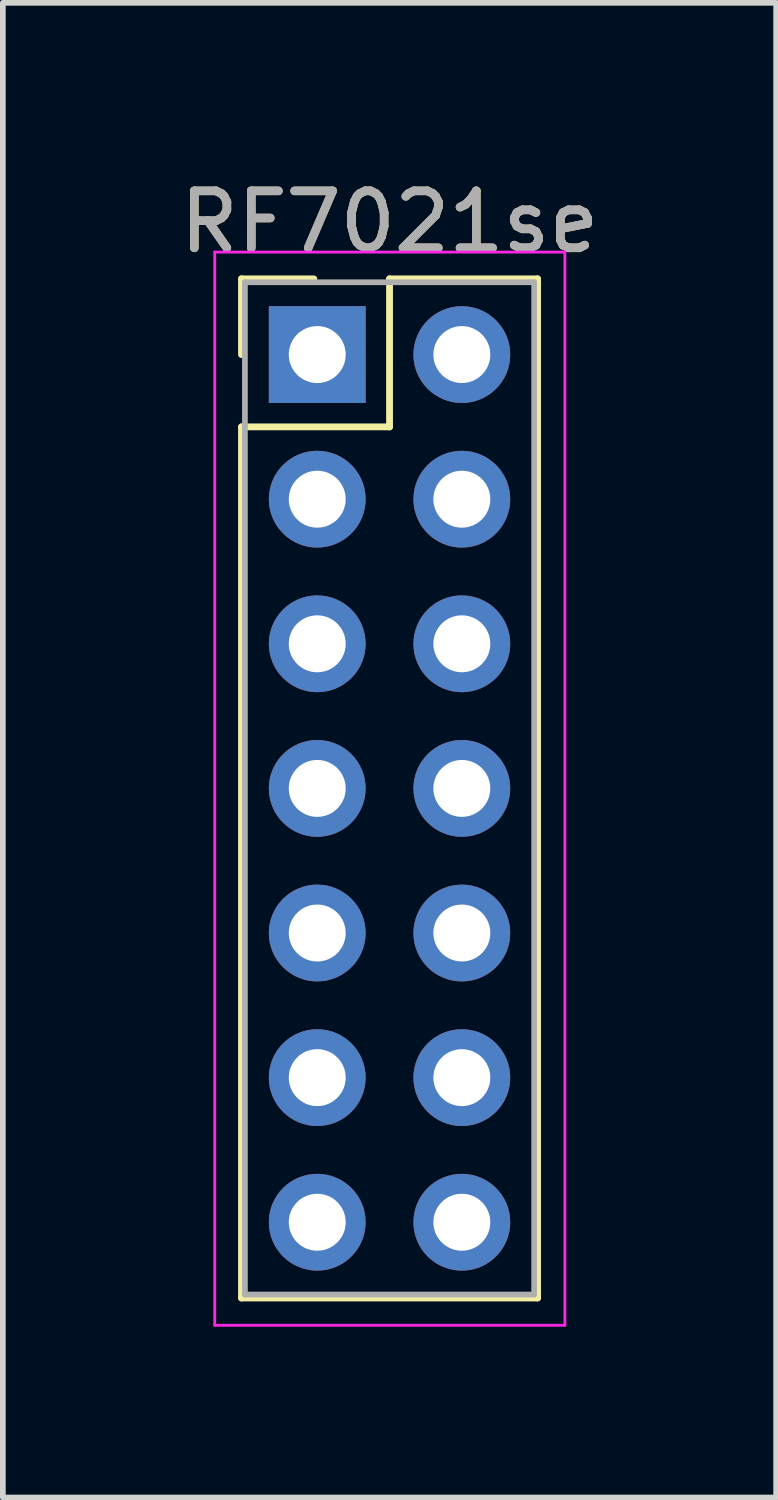
<source format=kicad_pcb>
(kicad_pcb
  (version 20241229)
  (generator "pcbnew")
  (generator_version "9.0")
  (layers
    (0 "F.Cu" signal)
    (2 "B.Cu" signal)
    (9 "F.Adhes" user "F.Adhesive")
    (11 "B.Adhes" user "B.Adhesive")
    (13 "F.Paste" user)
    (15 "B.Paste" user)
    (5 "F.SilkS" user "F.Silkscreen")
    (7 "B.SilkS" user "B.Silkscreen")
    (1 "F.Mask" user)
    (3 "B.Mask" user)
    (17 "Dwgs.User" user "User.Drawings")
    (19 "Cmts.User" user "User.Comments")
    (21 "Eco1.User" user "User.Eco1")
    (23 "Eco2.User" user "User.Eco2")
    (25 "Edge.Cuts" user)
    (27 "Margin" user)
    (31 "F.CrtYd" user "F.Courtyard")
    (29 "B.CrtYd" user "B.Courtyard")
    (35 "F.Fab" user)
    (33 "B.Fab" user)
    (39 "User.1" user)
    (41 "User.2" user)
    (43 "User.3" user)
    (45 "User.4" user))
  (footprint "RF7021se"
    (layer "F.Cu")
    (at 5.062 3.178)
    (property "Reference" "RF7021se" (at -1.27 -2.33 0) (layer "F.SilkS") (effects (font (size 1 1) (thickness 0.15))))
    (attr through_hole)
    (fp_line (start -3.87 -1.33) (end -2.6 -1.33) (stroke (width 0.12) (type solid)) (layer "F.SilkS"))
    (fp_line (start -3.87 0) (end -3.87 -1.33) (stroke (width 0.12) (type solid)) (layer "F.SilkS"))
    (fp_line (start -3.87 1.27) (end -3.87 16.57) (stroke (width 0.12) (type solid)) (layer "F.SilkS"))
    (fp_line (start -3.87 16.57) (end 1.33 16.57) (stroke (width 0.12) (type solid)) (layer "F.SilkS"))
    (fp_line (start -1.27 -1.33) (end -1.27 1.27) (stroke (width 0.12) (type solid)) (layer "F.SilkS"))
    (fp_line (start -1.27 1.27) (end -3.87 1.27) (stroke (width 0.12) (type solid)) (layer "F.SilkS"))
    (fp_line (start 1.33 -1.33) (end -1.27 -1.33) (stroke (width 0.12) (type solid)) (layer "F.SilkS"))
    (fp_line (start 1.33 16.57) (end 1.33 -1.33) (stroke (width 0.12) (type solid)) (layer "F.SilkS"))
    (fp_line (start -4.34 -1.8) (end 1.81 -1.8) (stroke (width 0.05) (type solid)) (layer "F.CrtYd"))
    (fp_line (start -4.34 17.05) (end -4.34 -1.8) (stroke (width 0.05) (type solid)) (layer "F.CrtYd"))
    (fp_line (start 1.81 -1.8) (end 1.81 17.05) (stroke (width 0.05) (type solid)) (layer "F.CrtYd"))
    (fp_line (start 1.81 17.05) (end -4.34 17.05) (stroke (width 0.05) (type solid)) (layer "F.CrtYd"))
    (fp_line (start -3.81 -1.27) (end 1.27 -1.27) (stroke (width 0.1) (type solid)) (layer "F.Fab"))
    (fp_line (start -3.81 16.51) (end -3.81 -1.27) (stroke (width 0.1) (type solid)) (layer "F.Fab"))
    (fp_line (start 1.27 -1.27) (end 1.27 16.51) (stroke (width 0.1) (type solid)) (layer "F.Fab"))
    (fp_line (start 1.27 16.51) (end -3.81 16.51) (stroke (width 0.1) (type solid)) (layer "F.Fab"))
    (fp_text user "${REFERENCE}" (at -1.27 -2.33 0) (layer "F.Fab") (effects (font (size 1 1) (thickness 0.15))))
    (pad "1" thru_hole rect (at -2.54 0 180) (size 1.7 1.7) (drill 1) (layers "*.Cu" "*.Mask"))
    (pad "2" thru_hole oval (at 0 0 180) (size 1.7 1.7) (drill 1) (layers "*.Cu" "*.Mask"))
    (pad "3" thru_hole oval (at -2.54 2.54 180) (size 1.7 1.7) (drill 1) (layers "*.Cu" "*.Mask"))
    (pad "4" thru_hole oval (at 0 2.54 180) (size 1.7 1.7) (drill 1) (layers "*.Cu" "*.Mask"))
    (pad "5" thru_hole oval (at -2.54 5.08 180) (size 1.7 1.7) (drill 1) (layers "*.Cu" "*.Mask"))
    (pad "6" thru_hole oval (at 0 5.08 180) (size 1.7 1.7) (drill 1) (layers "*.Cu" "*.Mask"))
    (pad "7" thru_hole oval (at -2.54 7.62 180) (size 1.7 1.7) (drill 1) (layers "*.Cu" "*.Mask"))
    (pad "8" thru_hole oval (at 0 7.62 180) (size 1.7 1.7) (drill 1) (layers "*.Cu" "*.Mask"))
    (pad "9" thru_hole oval (at -2.54 10.16 180) (size 1.7 1.7) (drill 1) (layers "*.Cu" "*.Mask"))
    (pad "10" thru_hole oval (at 0 10.16 180) (size 1.7 1.7) (drill 1) (layers "*.Cu" "*.Mask"))
    (pad "11" thru_hole oval (at -2.54 12.7 180) (size 1.7 1.7) (drill 1) (layers "*.Cu" "*.Mask"))
    (pad "12" thru_hole oval (at 0 12.7 180) (size 1.7 1.7) (drill 1) (layers "*.Cu" "*.Mask"))
    (pad "13" thru_hole oval (at -2.54 15.24 180) (size 1.7 1.7) (drill 1) (layers "*.Cu" "*.Mask"))
    (pad "14" thru_hole oval (at 0 15.24 180) (size 1.7 1.7) (drill 1) (layers "*.Cu" "*.Mask")))
  (gr_rect
    (start -3 -3)
    (end 10.583 23.253)
    (stroke (width 0.1) (type default))
    (fill no)
    (layer "Edge.Cuts")))
</source>
